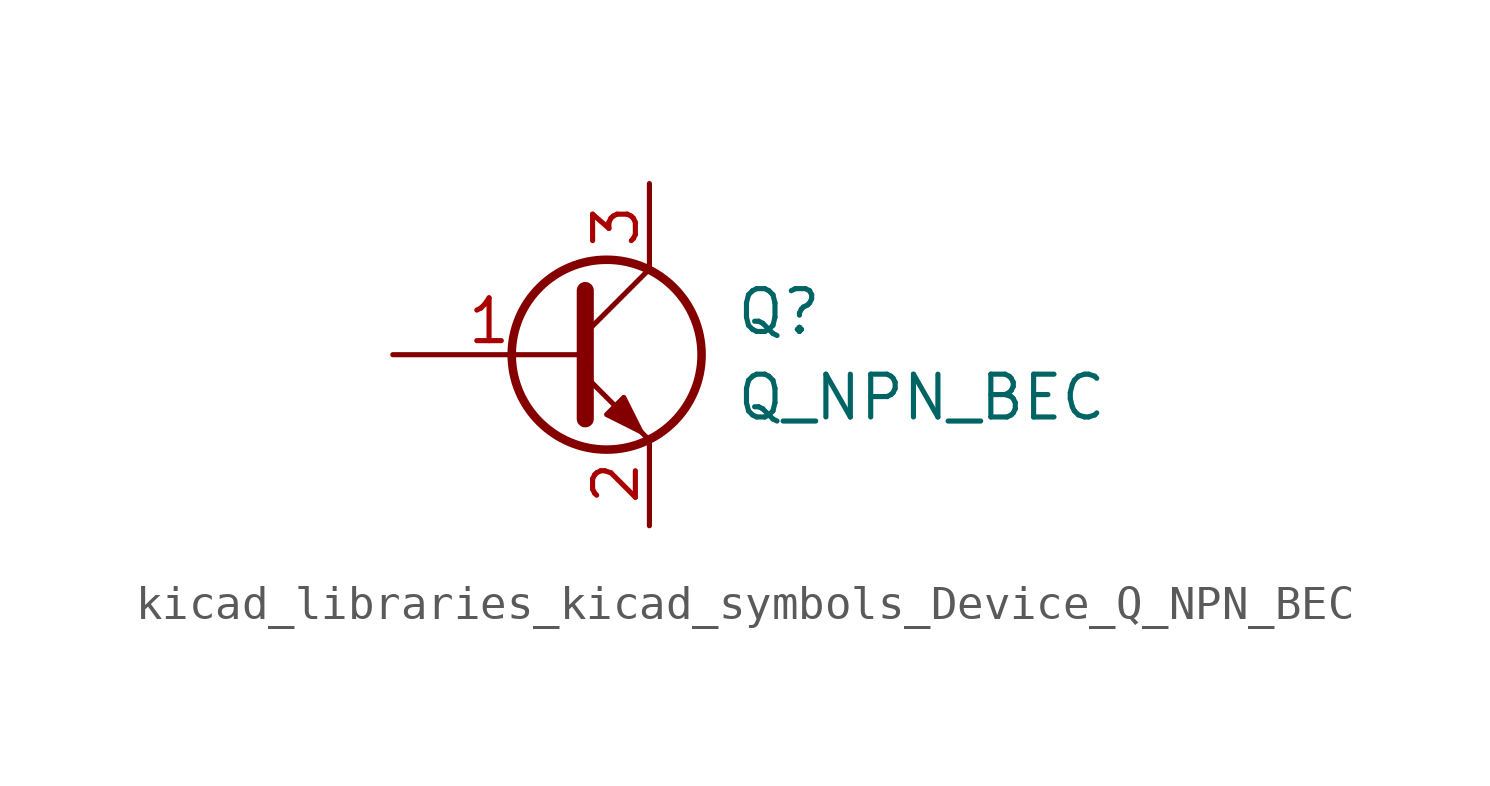
<source format=kicad_sym>
(kicad_symbol_lib
  (version 20220914)
  (generator kicad_symbol_editor)
  (symbol "kicad_libraries_kicad_symbols_Device_Q_NPN_BEC"
    (pin_names
      (offset 0) hide)
    (property "Reference" "Q"
      (at 5.08 1.27 0)
      (effects (font (size 1.27 1.27)) (justify left)))
    (property "Value" "Q_NPN_BEC"
      (at 5.08 -1.27 0)
      (effects (font (size 1.27 1.27)) (justify left)))
    (symbol "kicad_libraries_kicad_symbols_Device_Q_NPN_BEC_0_1"
      (polyline (pts (xy 0.635 0.635) (xy 2.54 2.54)) (stroke (width 0) (type default)) (fill (type none)))
      (polyline (pts (xy 0.635 -0.635) (xy 2.54 -2.54) (xy 2.54 -2.54)) (stroke (width 0) (type default)) (fill (type none)))
      (polyline (pts (xy 0.635 1.905) (xy 0.635 -1.905) (xy 0.635 -1.905)) (stroke (width 0.508) (type default)) (fill (type none)))
      (polyline (pts (xy 1.27 -1.778) (xy 1.778 -1.27) (xy 2.286 -2.286) (xy 1.27 -1.778) (xy 1.27 -1.778)) (stroke (width 0) (type default)) (fill (type outline)))
      (circle (center 1.27 0) (radius 2.819) (stroke (width 0.254) (type default)) (fill (type none))))
    (symbol "kicad_libraries_kicad_symbols_Device_Q_NPN_BEC_1_1"
      (pin input line (at -5.08 0 0) (length 5.715) (name "B" (effects (font (size 1.27 1.27)))) (number "1" (effects (font (size 1.27 1.27)))))
      (pin passive line (at 2.54 -5.08 90) (length 2.54) (name "E" (effects (font (size 1.27 1.27)))) (number "2" (effects (font (size 1.27 1.27)))))
      (pin passive line (at 2.54 5.08 270) (length 2.54) (name "C" (effects (font (size 1.27 1.27)))) (number "3" (effects (font (size 1.27 1.27))))))))
</source>
